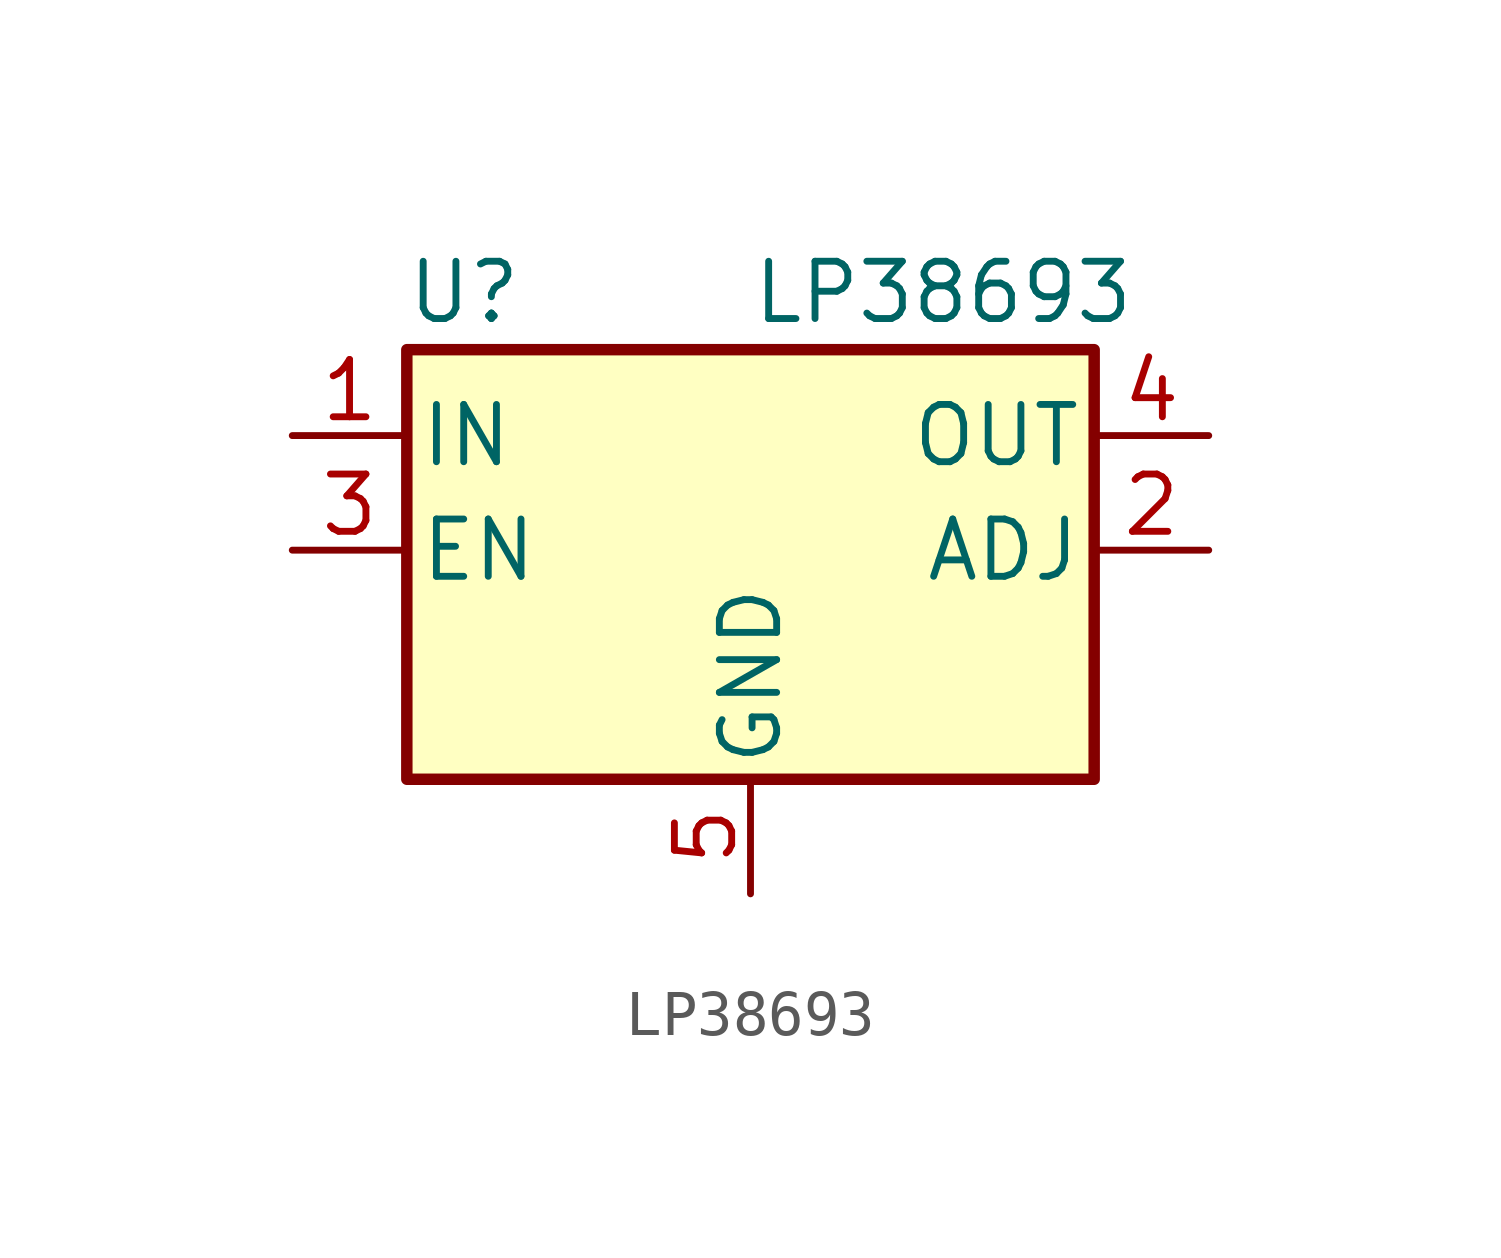
<source format=kicad_sym>
(kicad_symbol_lib
  (version 20231120)
  (generator "kicad_symbol_editor")
  (generator_version "8.0")
  (symbol "LP38693"
    (pin_names
      (offset 0.254))
    (property "Reference" "U"
      (at -6.35 5.715 0)
      (effects (font (size 1.27 1.27))))
    (property "Value" "LP38693"
      (at 0 5.715 0)
      (effects (font (size 1.27 1.27)) (justify left)))
    (symbol "LP38693_0_1"
      (rectangle (start -7.62 -5.08) (end 7.62 4.445) (stroke (width 0.254) (type default)) (fill (type background))))
    (symbol "LP38693_1_1"
      (pin passive line (at -10.16 2.54 0) (length 2.54) (name "IN" (effects (font (size 1.27 1.27)))) (number "1" (effects (font (size 1.27 1.27)))))
      (pin passive line (at 10.16 0 180) (length 2.54) (name "ADJ" (effects (font (size 1.27 1.27)))) (number "2" (effects (font (size 1.27 1.27)))))
      (pin passive line (at -10.16 0 0) (length 2.54) (name "EN" (effects (font (size 1.27 1.27)))) (number "3" (effects (font (size 1.27 1.27)))))
      (pin passive line (at 10.16 2.54 180) (length 2.54) (name "OUT" (effects (font (size 1.27 1.27)))) (number "4" (effects (font (size 1.27 1.27)))))
      (pin passive line (at 0 -7.62 90) (length 2.54) (name "GND" (effects (font (size 1.27 1.27)))) (number "5" (effects (font (size 1.27 1.27))))))))
</source>
